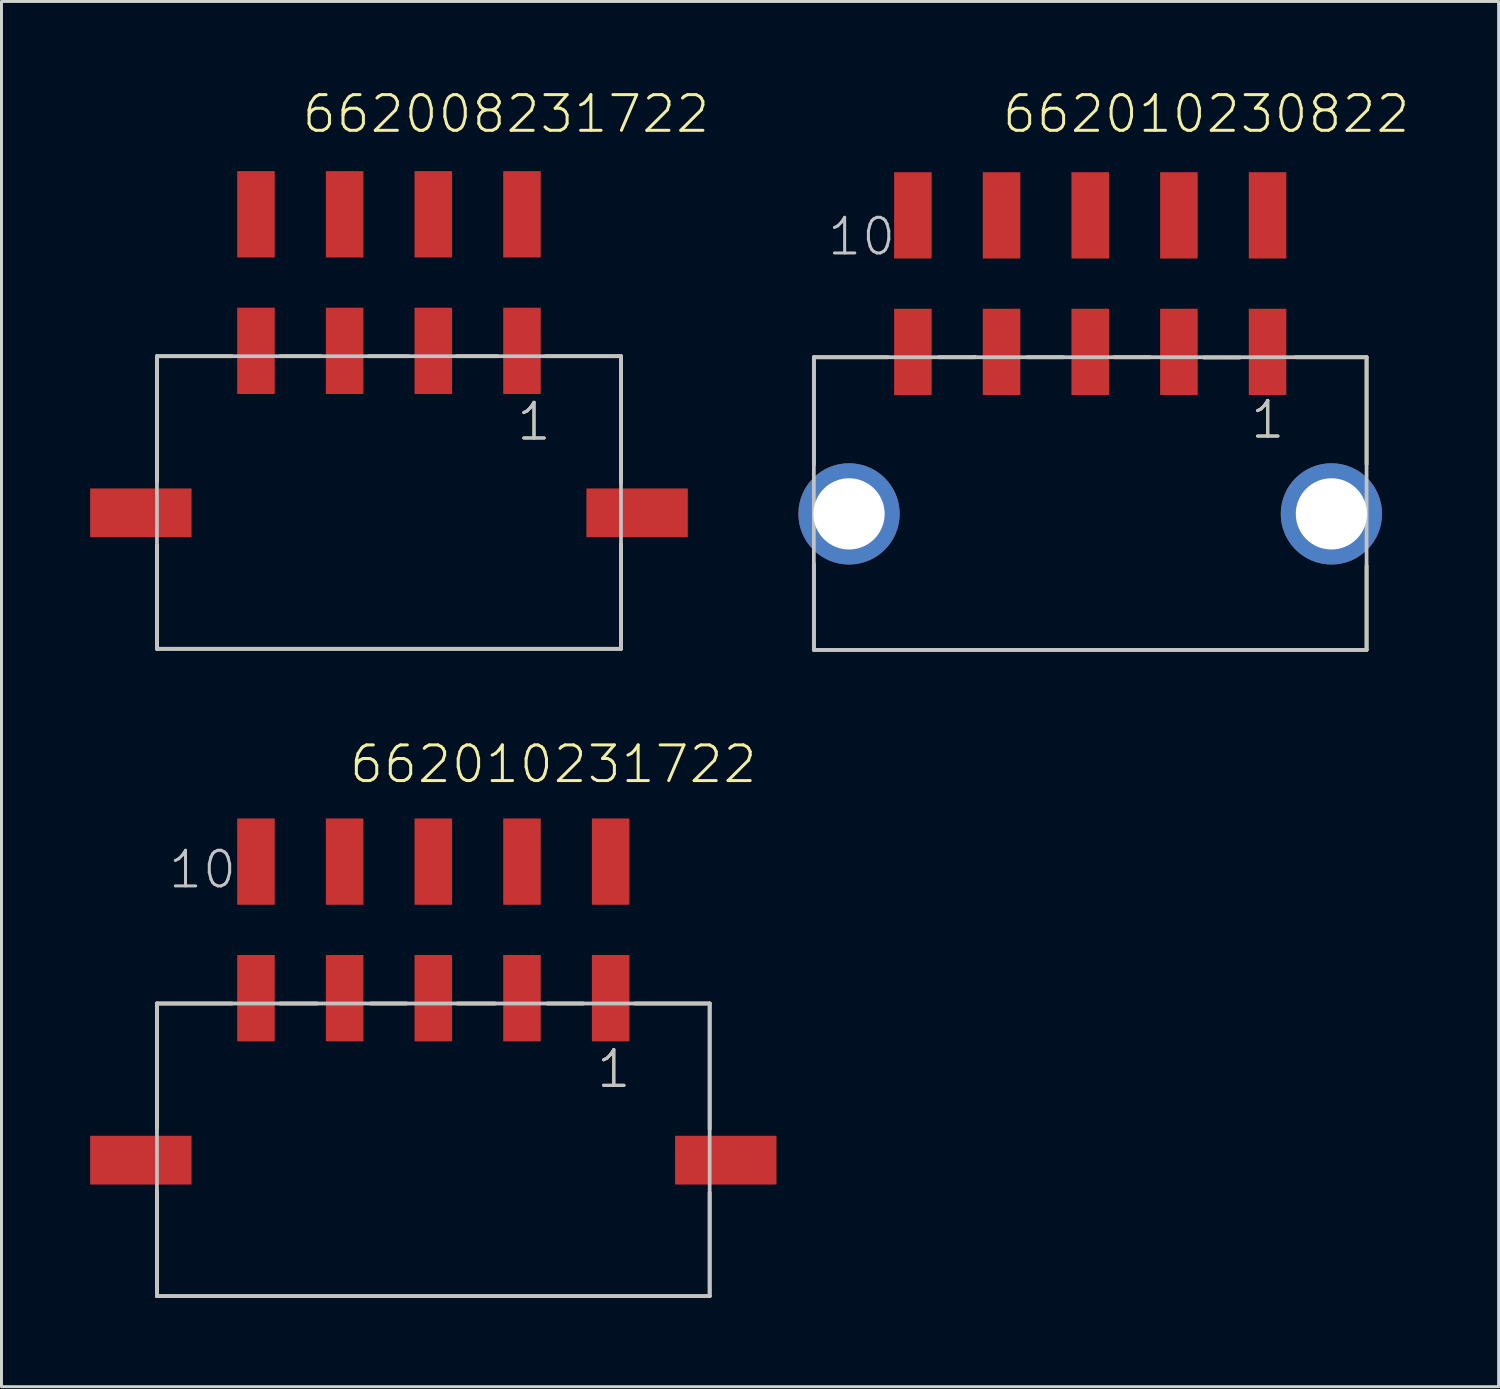
<source format=kicad_pcb>
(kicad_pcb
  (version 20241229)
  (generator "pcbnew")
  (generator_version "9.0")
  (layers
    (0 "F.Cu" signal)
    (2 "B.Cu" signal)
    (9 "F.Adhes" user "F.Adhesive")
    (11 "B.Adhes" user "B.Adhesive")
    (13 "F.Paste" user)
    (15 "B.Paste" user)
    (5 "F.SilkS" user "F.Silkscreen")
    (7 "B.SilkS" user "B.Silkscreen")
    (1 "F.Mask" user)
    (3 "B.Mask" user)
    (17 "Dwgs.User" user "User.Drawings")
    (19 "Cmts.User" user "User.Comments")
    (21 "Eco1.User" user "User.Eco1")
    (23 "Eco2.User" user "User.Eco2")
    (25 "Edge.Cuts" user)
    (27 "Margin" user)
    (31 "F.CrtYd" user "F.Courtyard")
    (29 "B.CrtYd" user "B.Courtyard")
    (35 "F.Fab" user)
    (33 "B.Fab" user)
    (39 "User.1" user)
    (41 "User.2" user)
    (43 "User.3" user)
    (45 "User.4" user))
  (footprint "662008231722"
    (layer "F.Cu")
    (at 10.11 14.301)
    (property "Reference" "662008231722" (at -3 -12.79 0) (layer "F.SilkS") (effects (font (size 1.206 1.206) (thickness 0.102)) (justify left bottom)))
    (attr through_hole)
    (fp_line (start -7.85 -5.3) (end -7.85 -1.06) (stroke (width 0.127) (type solid)) (layer "F.SilkS"))
    (fp_line (start -7.85 1.08) (end -7.85 4.6) (stroke (width 0.127) (type solid)) (layer "F.SilkS"))
    (fp_line (start -7.85 4.6) (end 7.85 4.6) (stroke (width 0.127) (type solid)) (layer "F.SilkS"))
    (fp_line (start -5.31 -5.3) (end -7.85 -5.3) (stroke (width 0.127) (type solid)) (layer "F.SilkS"))
    (fp_line (start -3.68 -5.3) (end -2.31 -5.3) (stroke (width 0.127) (type solid)) (layer "F.SilkS"))
    (fp_line (start -0.68 -5.3) (end 0.65 -5.3) (stroke (width 0.127) (type solid)) (layer "F.SilkS"))
    (fp_line (start 2.29 -5.3) (end 3.67 -5.3) (stroke (width 0.127) (type solid)) (layer "F.SilkS"))
    (fp_line (start 5.3 -5.3) (end 7.85 -5.3) (stroke (width 0.127) (type solid)) (layer "F.SilkS"))
    (fp_line (start 7.85 -5.3) (end 7.85 -1.01) (stroke (width 0.127) (type solid)) (layer "F.SilkS"))
    (fp_line (start 7.85 4.6) (end 7.85 1.06) (stroke (width 0.127) (type solid)) (layer "F.SilkS"))
    (fp_line (start -7.85 -5.3) (end 7.85 -5.3) (stroke (width 0.127) (type solid)) (layer "Dwgs.User"))
    (fp_line (start -7.85 4.6) (end -7.85 -5.3) (stroke (width 0.127) (type solid)) (layer "Dwgs.User"))
    (fp_line (start 7.85 -5.3) (end 7.85 4.6) (stroke (width 0.127) (type solid)) (layer "Dwgs.User"))
    (fp_line (start 7.85 4.6) (end -7.85 4.6) (stroke (width 0.127) (type solid)) (layer "Dwgs.User"))
    (fp_text user "1" (at 4.265 -2.38 0) (layer "F.SilkS") (effects (font (size 1.206 1.206) (thickness 0.102)) (justify left bottom)))
    (fp_text user "1" (at 4.265 -2.38 0) (layer "Dwgs.User") (effects (font (size 1.206 1.206) (thickness 0.102)) (justify left bottom)))
    (pad "1" smd rect (at 4.5 -5.48 90) (size 2.92 1.27) (layers "F.Cu" "F.Mask" "F.Paste"))
    (pad "2" smd rect (at 1.5 -5.48 90) (size 2.92 1.27) (layers "F.Cu" "F.Mask" "F.Paste"))
    (pad "3" smd rect (at -1.5 -5.48 90) (size 2.92 1.27) (layers "F.Cu" "F.Mask" "F.Paste"))
    (pad "4" smd rect (at -4.5 -5.48 90) (size 2.92 1.27) (layers "F.Cu" "F.Mask" "F.Paste"))
    (pad "5" smd rect (at 4.5 -10.1 90) (size 2.92 1.27) (layers "F.Cu" "F.Mask" "F.Paste"))
    (pad "6" smd rect (at 1.5 -10.1 90) (size 2.92 1.27) (layers "F.Cu" "F.Mask" "F.Paste"))
    (pad "7" smd rect (at -1.5 -10.1 90) (size 2.92 1.27) (layers "F.Cu" "F.Mask" "F.Paste"))
    (pad "8" smd rect (at -4.5 -10.1 90) (size 2.92 1.27) (layers "F.Cu" "F.Mask" "F.Paste"))
    (pad "M1" smd rect (at 8.395 0) (size 3.43 1.65) (layers "F.Cu" "F.Mask" "F.Paste"))
    (pad "M2" smd rect (at -8.395 0) (size 3.43 1.65) (layers "F.Cu" "F.Mask" "F.Paste")))
  (footprint "662010230822"
    (layer "F.Cu")
    (at 33.835 14.336)
    (property "Reference" "662010230822" (at -3.035 -12.825 0) (layer "F.SilkS") (effects (font (size 1.206 1.206) (thickness 0.102)) (justify left bottom)))
    (attr through_hole)
    (fp_line (start -9.35 -5.3) (end -9.35 -1.66) (stroke (width 0.127) (type solid)) (layer "F.SilkS"))
    (fp_line (start -9.35 1.7) (end -9.35 4.6) (stroke (width 0.127) (type solid)) (layer "F.SilkS"))
    (fp_line (start -9.35 4.6) (end 9.35 4.6) (stroke (width 0.127) (type solid)) (layer "F.SilkS"))
    (fp_line (start -6.84 -5.3) (end -9.35 -5.3) (stroke (width 0.127) (type solid)) (layer "F.SilkS"))
    (fp_line (start -5.12 -5.3) (end -3.9 -5.3) (stroke (width 0.127) (type solid)) (layer "F.SilkS"))
    (fp_line (start -3.9 -5.3) (end -3.9 -5.31) (stroke (width 0.127) (type solid)) (layer "F.SilkS"))
    (fp_line (start -2.13 -5.3) (end -0.91 -5.3) (stroke (width 0.127) (type solid)) (layer "F.SilkS"))
    (fp_line (start 0.81 -5.3) (end 2.03 -5.3) (stroke (width 0.127) (type solid)) (layer "F.SilkS"))
    (fp_line (start 3.84 -5.29) (end 5.06 -5.29) (stroke (width 0.127) (type solid)) (layer "F.SilkS"))
    (fp_line (start 6.96 -5.3) (end 9.35 -5.3) (stroke (width 0.127) (type solid)) (layer "F.SilkS"))
    (fp_line (start 9.35 -5.3) (end 9.35 -1.68) (stroke (width 0.127) (type solid)) (layer "F.SilkS"))
    (fp_line (start 9.35 4.6) (end 9.35 1.76) (stroke (width 0.127) (type solid)) (layer "F.SilkS"))
    (fp_line (start -9.35 -5.3) (end 9.35 -5.3) (stroke (width 0.127) (type solid)) (layer "Dwgs.User"))
    (fp_line (start -9.35 4.6) (end -9.35 -5.3) (stroke (width 0.127) (type solid)) (layer "Dwgs.User"))
    (fp_line (start 9.35 -5.3) (end 9.35 4.6) (stroke (width 0.127) (type solid)) (layer "Dwgs.User"))
    (fp_line (start 9.35 4.6) (end -9.35 4.6) (stroke (width 0.127) (type solid)) (layer "Dwgs.User"))
    (fp_text user "1" (at 5.365 -2.48 0) (layer "F.SilkS") (effects (font (size 1.206 1.206) (thickness 0.102)) (justify left bottom)))
    (fp_text user "10" (at -8.95 -8.675 0) (layer "Dwgs.User") (effects (font (size 1.206 1.206) (thickness 0.102)) (justify left bottom)))
    (fp_text user "1" (at 5.365 -2.48 0) (layer "Dwgs.User") (effects (font (size 1.206 1.206) (thickness 0.102)) (justify left bottom)))
    (pad "1" smd rect (at 6 -5.48 90) (size 2.92 1.27) (layers "F.Cu" "F.Mask" "F.Paste"))
    (pad "2" smd rect (at 3 -5.48 90) (size 2.92 1.27) (layers "F.Cu" "F.Mask" "F.Paste"))
    (pad "3" smd rect (at 0 -5.48 90) (size 2.92 1.27) (layers "F.Cu" "F.Mask" "F.Paste"))
    (pad "4" smd rect (at -3 -5.48 90) (size 2.92 1.27) (layers "F.Cu" "F.Mask" "F.Paste"))
    (pad "5" smd rect (at -6 -5.48 90) (size 2.92 1.27) (layers "F.Cu" "F.Mask" "F.Paste"))
    (pad "6" smd rect (at 6 -10.1 90) (size 2.92 1.27) (layers "F.Cu" "F.Mask" "F.Paste"))
    (pad "7" smd rect (at 3 -10.1 90) (size 2.92 1.27) (layers "F.Cu" "F.Mask" "F.Paste"))
    (pad "8" smd rect (at 0 -10.1 90) (size 2.92 1.27) (layers "F.Cu" "F.Mask" "F.Paste"))
    (pad "9" smd rect (at -3 -10.1 90) (size 2.92 1.27) (layers "F.Cu" "F.Mask" "F.Paste"))
    (pad "10" smd rect (at -6 -10.1 90) (size 2.92 1.27) (layers "F.Cu" "F.Mask" "F.Paste"))
    (pad "Z1" thru_hole circle (at -8.16 0) (size 3.426 3.426) (drill 2.41) (layers "*.Cu" "*.Mask"))
    (pad "Z2" thru_hole circle (at 8.16 0) (size 3.426 3.426) (drill 2.41) (layers "*.Cu" "*.Mask")))
  (footprint "662010231722"
    (layer "F.Cu")
    (at 11.61 36.201)
    (property "Reference" "662010231722" (at -2.9 -12.69 0) (layer "F.SilkS") (effects (font (size 1.206 1.206) (thickness 0.102)) (justify left bottom)))
    (attr through_hole)
    (fp_line (start -9.35 -5.3) (end -9.35 -1.08) (stroke (width 0.127) (type solid)) (layer "F.SilkS"))
    (fp_line (start -9.35 1.04) (end -9.35 4.6) (stroke (width 0.127) (type solid)) (layer "F.SilkS"))
    (fp_line (start -9.35 4.6) (end 9.35 4.6) (stroke (width 0.127) (type solid)) (layer "F.SilkS"))
    (fp_line (start -6.81 -5.3) (end -9.35 -5.3) (stroke (width 0.127) (type solid)) (layer "F.SilkS"))
    (fp_line (start -5.19 -5.3) (end -3.93 -5.3) (stroke (width 0.127) (type solid)) (layer "F.SilkS"))
    (fp_line (start -2.12 -5.3) (end -0.91 -5.3) (stroke (width 0.127) (type solid)) (layer "F.SilkS"))
    (fp_line (start 0.82 -5.3) (end 2.09 -5.3) (stroke (width 0.127) (type solid)) (layer "F.SilkS"))
    (fp_line (start 3.86 -5.3) (end 5.07 -5.3) (stroke (width 0.127) (type solid)) (layer "F.SilkS"))
    (fp_line (start 6.81 -5.3) (end 9.35 -5.3) (stroke (width 0.127) (type solid)) (layer "F.SilkS"))
    (fp_line (start 9.35 -5.3) (end 9.35 -1.05) (stroke (width 0.127) (type solid)) (layer "F.SilkS"))
    (fp_line (start 9.35 4.6) (end 9.35 1.1) (stroke (width 0.127) (type solid)) (layer "F.SilkS"))
    (fp_line (start -9.35 -5.3) (end 9.35 -5.3) (stroke (width 0.127) (type solid)) (layer "Dwgs.User"))
    (fp_line (start -9.35 4.6) (end -9.35 -5.3) (stroke (width 0.127) (type solid)) (layer "Dwgs.User"))
    (fp_line (start 9.35 -5.3) (end 9.35 4.6) (stroke (width 0.127) (type solid)) (layer "Dwgs.User"))
    (fp_line (start 9.35 4.6) (end -9.35 4.6) (stroke (width 0.127) (type solid)) (layer "Dwgs.User"))
    (fp_text user "1" (at 5.465 -2.38 0) (layer "F.SilkS") (effects (font (size 1.206 1.206) (thickness 0.102)) (justify left bottom)))
    (fp_text user "1" (at 5.465 -2.38 0) (layer "Dwgs.User") (effects (font (size 1.206 1.206) (thickness 0.102)) (justify left bottom)))
    (fp_text user "10" (at -9.025 -9.125 0) (layer "Dwgs.User") (effects (font (size 1.206 1.206) (thickness 0.102)) (justify left bottom)))
    (pad "1" smd rect (at 6 -5.48 90) (size 2.92 1.27) (layers "F.Cu" "F.Mask" "F.Paste"))
    (pad "2" smd rect (at 3 -5.48 90) (size 2.92 1.27) (layers "F.Cu" "F.Mask" "F.Paste"))
    (pad "3" smd rect (at 0 -5.48 90) (size 2.92 1.27) (layers "F.Cu" "F.Mask" "F.Paste"))
    (pad "4" smd rect (at -3 -5.48 90) (size 2.92 1.27) (layers "F.Cu" "F.Mask" "F.Paste"))
    (pad "5" smd rect (at -6 -5.48 90) (size 2.92 1.27) (layers "F.Cu" "F.Mask" "F.Paste"))
    (pad "6" smd rect (at 6 -10.1 90) (size 2.92 1.27) (layers "F.Cu" "F.Mask" "F.Paste"))
    (pad "7" smd rect (at 3 -10.1 90) (size 2.92 1.27) (layers "F.Cu" "F.Mask" "F.Paste"))
    (pad "8" smd rect (at 0 -10.1 90) (size 2.92 1.27) (layers "F.Cu" "F.Mask" "F.Paste"))
    (pad "9" smd rect (at -3 -10.1 90) (size 2.92 1.27) (layers "F.Cu" "F.Mask" "F.Paste"))
    (pad "10" smd rect (at -6 -10.1 90) (size 2.92 1.27) (layers "F.Cu" "F.Mask" "F.Paste"))
    (pad "M1" smd rect (at 9.895 0) (size 3.43 1.65) (layers "F.Cu" "F.Mask" "F.Paste"))
    (pad "M2" smd rect (at -9.895 0) (size 3.43 1.65) (layers "F.Cu" "F.Mask" "F.Paste")))
  (gr_rect
    (start -3 -3)
    (end 47.652 43.865)
    (stroke (width 0.1) (type default))
    (fill no)
    (layer "Edge.Cuts")))
</source>
